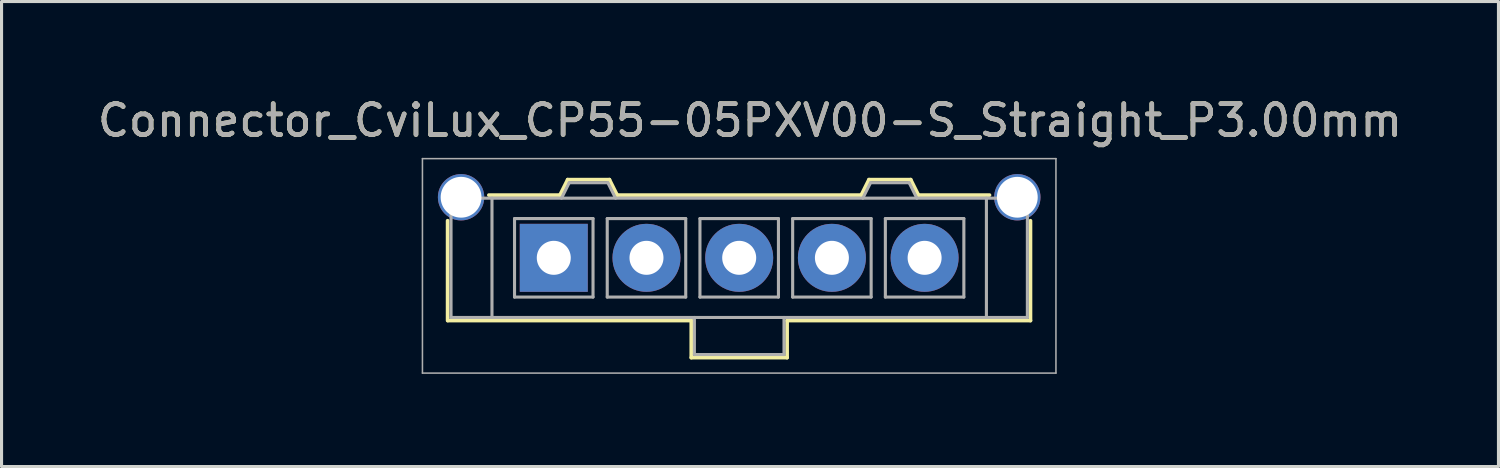
<source format=kicad_pcb>
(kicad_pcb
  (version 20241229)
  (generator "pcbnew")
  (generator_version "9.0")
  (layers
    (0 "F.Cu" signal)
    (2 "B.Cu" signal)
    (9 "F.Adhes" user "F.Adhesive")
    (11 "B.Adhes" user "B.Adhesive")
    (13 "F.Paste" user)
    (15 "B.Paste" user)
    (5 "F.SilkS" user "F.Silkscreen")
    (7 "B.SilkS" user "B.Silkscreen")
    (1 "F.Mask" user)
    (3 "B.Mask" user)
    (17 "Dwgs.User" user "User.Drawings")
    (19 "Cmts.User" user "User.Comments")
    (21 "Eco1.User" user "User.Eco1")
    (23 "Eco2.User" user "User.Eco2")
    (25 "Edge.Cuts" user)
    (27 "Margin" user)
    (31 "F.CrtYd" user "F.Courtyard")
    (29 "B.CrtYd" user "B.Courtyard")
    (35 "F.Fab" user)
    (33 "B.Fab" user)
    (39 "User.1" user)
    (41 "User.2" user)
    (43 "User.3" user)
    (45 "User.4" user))
  (footprint "Connector_CviLux_CP55-05PXV00-S_Straight_P3.00mm"
    (layer "F.Cu")
    (at 14.87 5.293)
    (property "Reference" "Connector_CviLux_CP55-05PXV00-S_Straight_P3.00mm" (at 6.35 -4.445 0) (layer "F.SilkS") (effects (font (size 1 1) (thickness 0.15))))
    (attr through_hole)
    (fp_line (start -3.435 2.03) (end -3.435 -1.2) (stroke (width 0.12) (type solid)) (layer "F.SilkS"))
    (fp_line (start -2.1 -2.03) (end 0.2 -2.03) (stroke (width 0.12) (type solid)) (layer "F.SilkS"))
    (fp_line (start 0.2 -2.03) (end 0.45 -2.53) (stroke (width 0.12) (type solid)) (layer "F.SilkS"))
    (fp_line (start 0.45 -2.53) (end 1.8 -2.53) (stroke (width 0.12) (type solid)) (layer "F.SilkS"))
    (fp_line (start 1.8 -2.53) (end 2.05 -2.03) (stroke (width 0.12) (type solid)) (layer "F.SilkS"))
    (fp_line (start 2.05 -2.03) (end 9.95 -2.03) (stroke (width 0.12) (type solid)) (layer "F.SilkS"))
    (fp_line (start 4.45 2.03) (end -3.425 2.03) (stroke (width 0.12) (type solid)) (layer "F.SilkS"))
    (fp_line (start 4.45 3.23) (end 4.45 2.03) (stroke (width 0.12) (type solid)) (layer "F.SilkS"))
    (fp_line (start 7.55 2.03) (end 7.55 3.23) (stroke (width 0.12) (type solid)) (layer "F.SilkS"))
    (fp_line (start 7.55 3.23) (end 4.45 3.23) (stroke (width 0.12) (type solid)) (layer "F.SilkS"))
    (fp_line (start 9.95 -2.03) (end 10.2 -2.53) (stroke (width 0.12) (type solid)) (layer "F.SilkS"))
    (fp_line (start 10.2 -2.53) (end 11.55 -2.53) (stroke (width 0.12) (type solid)) (layer "F.SilkS"))
    (fp_line (start 11.55 -2.53) (end 11.8 -2.03) (stroke (width 0.12) (type solid)) (layer "F.SilkS"))
    (fp_line (start 11.8 -2.03) (end 14.1 -2.03) (stroke (width 0.12) (type solid)) (layer "F.SilkS"))
    (fp_line (start 15.425 -1.2) (end 15.425 2.03) (stroke (width 0.12) (type solid)) (layer "F.SilkS"))
    (fp_line (start 15.425 2.03) (end 7.55 2.03) (stroke (width 0.12) (type solid)) (layer "F.SilkS"))
    (fp_line (start -4.25 -3.21) (end 16.25 -3.21) (stroke (width 0.05) (type solid)) (layer "F.Fab"))
    (fp_line (start -4.25 3.73) (end -4.25 -3.21) (stroke (width 0.05) (type solid)) (layer "F.Fab"))
    (fp_line (start -3.325 -1.93) (end -3.325 1.93) (stroke (width 0.1) (type solid)) (layer "F.Fab"))
    (fp_line (start -3.325 -1.93) (end 15.325 -1.93) (stroke (width 0.1) (type solid)) (layer "F.Fab"))
    (fp_line (start -3.325 1.93) (end 15.325 1.93) (stroke (width 0.1) (type solid)) (layer "F.Fab"))
    (fp_line (start -2 -1.93) (end -2 1.93) (stroke (width 0.1) (type solid)) (layer "F.Fab"))
    (fp_line (start -1.27 -1.27) (end 1.27 -1.27) (stroke (width 0.1) (type solid)) (layer "F.Fab"))
    (fp_line (start -1.27 1.27) (end -1.27 -1.27) (stroke (width 0.1) (type solid)) (layer "F.Fab"))
    (fp_line (start 0.5 -2.43) (end 0.25 -1.93) (stroke (width 0.1) (type solid)) (layer "F.Fab"))
    (fp_line (start 0.5 -2.43) (end 1.75 -2.43) (stroke (width 0.1) (type solid)) (layer "F.Fab"))
    (fp_line (start 1.27 -1.27) (end 1.27 1.27) (stroke (width 0.1) (type solid)) (layer "F.Fab"))
    (fp_line (start 1.27 1.27) (end -1.27 1.27) (stroke (width 0.1) (type solid)) (layer "F.Fab"))
    (fp_line (start 1.73 -1.27) (end 4.27 -1.27) (stroke (width 0.1) (type solid)) (layer "F.Fab"))
    (fp_line (start 1.73 1.27) (end 1.73 -1.27) (stroke (width 0.1) (type solid)) (layer "F.Fab"))
    (fp_line (start 1.75 -2.43) (end 2 -1.93) (stroke (width 0.1) (type solid)) (layer "F.Fab"))
    (fp_line (start 4.27 -1.27) (end 4.27 1.27) (stroke (width 0.1) (type solid)) (layer "F.Fab"))
    (fp_line (start 4.27 1.27) (end 1.73 1.27) (stroke (width 0.1) (type solid)) (layer "F.Fab"))
    (fp_line (start 4.55 1.93) (end 4.55 3.13) (stroke (width 0.1) (type solid)) (layer "F.Fab"))
    (fp_line (start 4.55 3.13) (end 7.45 3.13) (stroke (width 0.1) (type solid)) (layer "F.Fab"))
    (fp_line (start 4.73 -1.27) (end 7.27 -1.27) (stroke (width 0.1) (type solid)) (layer "F.Fab"))
    (fp_line (start 4.73 1.27) (end 4.73 -1.27) (stroke (width 0.1) (type solid)) (layer "F.Fab"))
    (fp_line (start 7.27 -1.27) (end 7.27 1.27) (stroke (width 0.1) (type solid)) (layer "F.Fab"))
    (fp_line (start 7.27 1.27) (end 4.73 1.27) (stroke (width 0.1) (type solid)) (layer "F.Fab"))
    (fp_line (start 7.45 1.93) (end 7.45 3.13) (stroke (width 0.1) (type solid)) (layer "F.Fab"))
    (fp_line (start 7.73 -1.27) (end 10.27 -1.27) (stroke (width 0.1) (type solid)) (layer "F.Fab"))
    (fp_line (start 7.73 1.27) (end 7.73 -1.27) (stroke (width 0.1) (type solid)) (layer "F.Fab"))
    (fp_line (start 10.25 -2.43) (end 10 -1.93) (stroke (width 0.1) (type solid)) (layer "F.Fab"))
    (fp_line (start 10.25 -2.43) (end 11.5 -2.43) (stroke (width 0.1) (type solid)) (layer "F.Fab"))
    (fp_line (start 10.27 -1.27) (end 10.27 1.27) (stroke (width 0.1) (type solid)) (layer "F.Fab"))
    (fp_line (start 10.27 1.27) (end 7.73 1.27) (stroke (width 0.1) (type solid)) (layer "F.Fab"))
    (fp_line (start 10.73 -1.27) (end 13.27 -1.27) (stroke (width 0.1) (type solid)) (layer "F.Fab"))
    (fp_line (start 10.73 1.27) (end 10.73 -1.27) (stroke (width 0.1) (type solid)) (layer "F.Fab"))
    (fp_line (start 11.5 -2.43) (end 11.75 -1.93) (stroke (width 0.1) (type solid)) (layer "F.Fab"))
    (fp_line (start 13.27 -1.27) (end 13.27 1.27) (stroke (width 0.1) (type solid)) (layer "F.Fab"))
    (fp_line (start 13.27 1.27) (end 10.73 1.27) (stroke (width 0.1) (type solid)) (layer "F.Fab"))
    (fp_line (start 14 -1.93) (end 14 1.93) (stroke (width 0.1) (type solid)) (layer "F.Fab"))
    (fp_line (start 15.325 -1.93) (end 15.325 1.93) (stroke (width 0.1) (type solid)) (layer "F.Fab"))
    (fp_line (start 16.25 -3.21) (end 16.25 3.73) (stroke (width 0.05) (type solid)) (layer "F.Fab"))
    (fp_line (start 16.25 3.73) (end -4.25 3.73) (stroke (width 0.05) (type solid)) (layer "F.Fab"))
    (fp_text user "${REFERENCE}" (at 6.35 -4.445 0) (layer "F.Fab") (effects (font (size 1 1) (thickness 0.15))))
    (pad "" thru_hole circle (at -3 -1.96) (size 1.5 1.5) (drill 1.32) (layers "*.Cu" "*.Mask"))
    (pad "" thru_hole circle (at 15 -1.96) (size 1.5 1.5) (drill 1.32) (layers "*.Cu" "*.Mask"))
    (pad "1" thru_hole rect (at 0 0) (size 2.2 2.2) (drill 1.1) (layers "*.Cu" "*.Mask"))
    (pad "2" thru_hole circle (at 3 0) (size 2.2 2.2) (drill 1.1) (layers "*.Cu" "*.Mask"))
    (pad "3" thru_hole circle (at 6 0) (size 2.2 2.2) (drill 1.1) (layers "*.Cu" "*.Mask"))
    (pad "4" thru_hole circle (at 9 0) (size 2.2 2.2) (drill 1.1) (layers "*.Cu" "*.Mask"))
    (pad "5" thru_hole circle (at 12 0) (size 2.2 2.2) (drill 1.1) (layers "*.Cu" "*.Mask")))
  (gr_rect
    (start -3 -3)
    (end 45.44 12.048)
    (stroke (width 0.1) (type default))
    (fill no)
    (layer "Edge.Cuts")))
</source>
